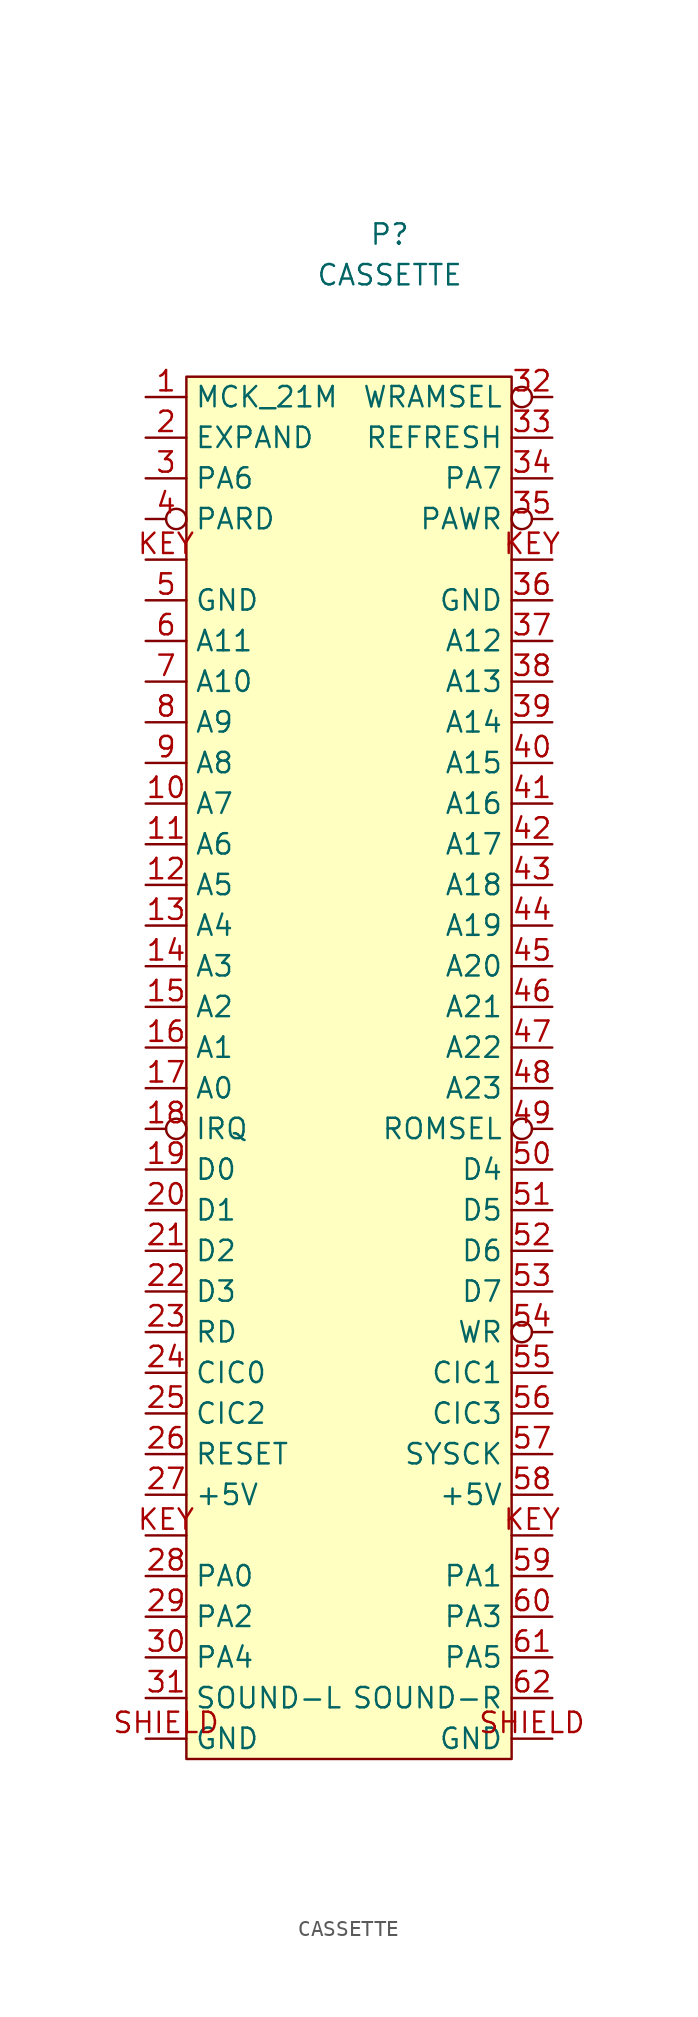
<source format=kicad_sym>
(kicad_symbol_lib
  (version 20211014)
  (generator kicad_symbol_editor)
  (symbol "CASSETTE"
    (property "Reference" "P"
      (at 0 2.54 0)
      (effects (font (size 1.27 1.27))))
    (property "Value" "CASSETTE"
      (at 0 0 0)
      (effects (font (size 1.27 1.27))))
    (symbol "CASSETTE_0_0"
      (pin unspecified line (at -15.24 -7.62 0) (length 2.54) (name "MCK_21M" (effects (font (size 1.27 1.27)))) (number "1" (effects (font (size 1.27 1.27)))))
      (pin input line (at -15.24 -33.02 0) (length 2.54) (name "A7" (effects (font (size 1.27 1.27)))) (number "10" (effects (font (size 1.27 1.27)))))
      (pin input line (at -15.24 -35.56 0) (length 2.54) (name "A6" (effects (font (size 1.27 1.27)))) (number "11" (effects (font (size 1.27 1.27)))))
      (pin input line (at -15.24 -38.1 0) (length 2.54) (name "A5" (effects (font (size 1.27 1.27)))) (number "12" (effects (font (size 1.27 1.27)))))
      (pin input line (at -15.24 -40.64 0) (length 2.54) (name "A4" (effects (font (size 1.27 1.27)))) (number "13" (effects (font (size 1.27 1.27)))))
      (pin input line (at -15.24 -43.18 0) (length 2.54) (name "A3" (effects (font (size 1.27 1.27)))) (number "14" (effects (font (size 1.27 1.27)))))
      (pin input line (at -15.24 -45.72 0) (length 2.54) (name "A2" (effects (font (size 1.27 1.27)))) (number "15" (effects (font (size 1.27 1.27)))))
      (pin input line (at -15.24 -48.26 0) (length 2.54) (name "A1" (effects (font (size 1.27 1.27)))) (number "16" (effects (font (size 1.27 1.27)))))
      (pin input line (at -15.24 -50.8 0) (length 2.54) (name "A0" (effects (font (size 1.27 1.27)))) (number "17" (effects (font (size 1.27 1.27)))))
      (pin unspecified inverted (at -15.24 -53.34 0) (length 2.54) (name "IRQ" (effects (font (size 1.27 1.27)))) (number "18" (effects (font (size 1.27 1.27)))))
      (pin bidirectional line (at -15.24 -55.88 0) (length 2.54) (name "D0" (effects (font (size 1.27 1.27)))) (number "19" (effects (font (size 1.27 1.27)))))
      (pin unspecified line (at -15.24 -10.16 0) (length 2.54) (name "EXPAND" (effects (font (size 1.27 1.27)))) (number "2" (effects (font (size 1.27 1.27)))))
      (pin bidirectional line (at -15.24 -58.42 0) (length 2.54) (name "D1" (effects (font (size 1.27 1.27)))) (number "20" (effects (font (size 1.27 1.27)))))
      (pin bidirectional line (at -15.24 -60.96 0) (length 2.54) (name "D2" (effects (font (size 1.27 1.27)))) (number "21" (effects (font (size 1.27 1.27)))))
      (pin bidirectional line (at -15.24 -63.5 0) (length 2.54) (name "D3" (effects (font (size 1.27 1.27)))) (number "22" (effects (font (size 1.27 1.27)))))
      (pin unspecified line (at -15.24 -66.04 0) (length 2.54) (name "RD" (effects (font (size 1.27 1.27)))) (number "23" (effects (font (size 1.27 1.27)))))
      (pin unspecified line (at -15.24 -68.58 0) (length 2.54) (name "CIC0" (effects (font (size 1.27 1.27)))) (number "24" (effects (font (size 1.27 1.27)))))
      (pin unspecified line (at -15.24 -71.12 0) (length 2.54) (name "CIC2" (effects (font (size 1.27 1.27)))) (number "25" (effects (font (size 1.27 1.27)))))
      (pin unspecified line (at -15.24 -73.66 0) (length 2.54) (name "RESET" (effects (font (size 1.27 1.27)))) (number "26" (effects (font (size 1.27 1.27)))))
      (pin power_in line (at -15.24 -76.2 0) (length 2.54) (name "+5V" (effects (font (size 1.27 1.27)))) (number "27" (effects (font (size 1.27 1.27)))))
      (pin unspecified line (at -15.24 -81.28 0) (length 2.54) (name "PA0" (effects (font (size 1.27 1.27)))) (number "28" (effects (font (size 1.27 1.27)))))
      (pin unspecified line (at -15.24 -83.82 0) (length 2.54) (name "PA2" (effects (font (size 1.27 1.27)))) (number "29" (effects (font (size 1.27 1.27)))))
      (pin unspecified line (at -15.24 -12.7 0) (length 2.54) (name "PA6" (effects (font (size 1.27 1.27)))) (number "3" (effects (font (size 1.27 1.27)))))
      (pin unspecified line (at -15.24 -86.36 0) (length 2.54) (name "PA4" (effects (font (size 1.27 1.27)))) (number "30" (effects (font (size 1.27 1.27)))))
      (pin output line (at -15.24 -88.9 0) (length 2.54) (name "SOUND-L" (effects (font (size 1.27 1.27)))) (number "31" (effects (font (size 1.27 1.27)))))
      (pin unspecified inverted (at 10.16 -7.62 180) (length 2.54) (name "WRAMSEL" (effects (font (size 1.27 1.27)))) (number "32" (effects (font (size 1.27 1.27)))))
      (pin unspecified line (at 10.16 -10.16 180) (length 2.54) (name "REFRESH" (effects (font (size 1.27 1.27)))) (number "33" (effects (font (size 1.27 1.27)))))
      (pin unspecified line (at 10.16 -12.7 180) (length 2.54) (name "PA7" (effects (font (size 1.27 1.27)))) (number "34" (effects (font (size 1.27 1.27)))))
      (pin unspecified inverted (at 10.16 -15.24 180) (length 2.54) (name "PAWR" (effects (font (size 1.27 1.27)))) (number "35" (effects (font (size 1.27 1.27)))))
      (pin power_in line (at 10.16 -20.32 180) (length 2.54) (name "GND" (effects (font (size 1.27 1.27)))) (number "36" (effects (font (size 1.27 1.27)))))
      (pin input line (at 10.16 -22.86 180) (length 2.54) (name "A12" (effects (font (size 1.27 1.27)))) (number "37" (effects (font (size 1.27 1.27)))))
      (pin input line (at 10.16 -25.4 180) (length 2.54) (name "A13" (effects (font (size 1.27 1.27)))) (number "38" (effects (font (size 1.27 1.27)))))
      (pin input line (at 10.16 -27.94 180) (length 2.54) (name "A14" (effects (font (size 1.27 1.27)))) (number "39" (effects (font (size 1.27 1.27)))))
      (pin unspecified inverted (at -15.24 -15.24 0) (length 2.54) (name "PARD" (effects (font (size 1.27 1.27)))) (number "4" (effects (font (size 1.27 1.27)))))
      (pin input line (at 10.16 -30.48 180) (length 2.54) (name "A15" (effects (font (size 1.27 1.27)))) (number "40" (effects (font (size 1.27 1.27)))))
      (pin input line (at 10.16 -33.02 180) (length 2.54) (name "A16" (effects (font (size 1.27 1.27)))) (number "41" (effects (font (size 1.27 1.27)))))
      (pin input line (at 10.16 -35.56 180) (length 2.54) (name "A17" (effects (font (size 1.27 1.27)))) (number "42" (effects (font (size 1.27 1.27)))))
      (pin input line (at 10.16 -38.1 180) (length 2.54) (name "A18" (effects (font (size 1.27 1.27)))) (number "43" (effects (font (size 1.27 1.27)))))
      (pin input line (at 10.16 -40.64 180) (length 2.54) (name "A19" (effects (font (size 1.27 1.27)))) (number "44" (effects (font (size 1.27 1.27)))))
      (pin input line (at 10.16 -43.18 180) (length 2.54) (name "A20" (effects (font (size 1.27 1.27)))) (number "45" (effects (font (size 1.27 1.27)))))
      (pin input line (at 10.16 -45.72 180) (length 2.54) (name "A21" (effects (font (size 1.27 1.27)))) (number "46" (effects (font (size 1.27 1.27)))))
      (pin input line (at 10.16 -48.26 180) (length 2.54) (name "A22" (effects (font (size 1.27 1.27)))) (number "47" (effects (font (size 1.27 1.27)))))
      (pin input line (at 10.16 -50.8 180) (length 2.54) (name "A23" (effects (font (size 1.27 1.27)))) (number "48" (effects (font (size 1.27 1.27)))))
      (pin unspecified inverted (at 10.16 -53.34 180) (length 2.54) (name "ROMSEL" (effects (font (size 1.27 1.27)))) (number "49" (effects (font (size 1.27 1.27)))))
      (pin power_in line (at -15.24 -20.32 0) (length 2.54) (name "GND" (effects (font (size 1.27 1.27)))) (number "5" (effects (font (size 1.27 1.27)))))
      (pin bidirectional line (at 10.16 -55.88 180) (length 2.54) (name "D4" (effects (font (size 1.27 1.27)))) (number "50" (effects (font (size 1.27 1.27)))))
      (pin bidirectional line (at 10.16 -58.42 180) (length 2.54) (name "D5" (effects (font (size 1.27 1.27)))) (number "51" (effects (font (size 1.27 1.27)))))
      (pin bidirectional line (at 10.16 -60.96 180) (length 2.54) (name "D6" (effects (font (size 1.27 1.27)))) (number "52" (effects (font (size 1.27 1.27)))))
      (pin bidirectional line (at 10.16 -63.5 180) (length 2.54) (name "D7" (effects (font (size 1.27 1.27)))) (number "53" (effects (font (size 1.27 1.27)))))
      (pin unspecified inverted (at 10.16 -66.04 180) (length 2.54) (name "WR" (effects (font (size 1.27 1.27)))) (number "54" (effects (font (size 1.27 1.27)))))
      (pin unspecified line (at 10.16 -68.58 180) (length 2.54) (name "CIC1" (effects (font (size 1.27 1.27)))) (number "55" (effects (font (size 1.27 1.27)))))
      (pin unspecified line (at 10.16 -71.12 180) (length 2.54) (name "CIC3" (effects (font (size 1.27 1.27)))) (number "56" (effects (font (size 1.27 1.27)))))
      (pin unspecified line (at 10.16 -73.66 180) (length 2.54) (name "SYSCK" (effects (font (size 1.27 1.27)))) (number "57" (effects (font (size 1.27 1.27)))))
      (pin power_in line (at 10.16 -76.2 180) (length 2.54) (name "+5V" (effects (font (size 1.27 1.27)))) (number "58" (effects (font (size 1.27 1.27)))))
      (pin unspecified line (at 10.16 -81.28 180) (length 2.54) (name "PA1" (effects (font (size 1.27 1.27)))) (number "59" (effects (font (size 1.27 1.27)))))
      (pin input line (at -15.24 -22.86 0) (length 2.54) (name "A11" (effects (font (size 1.27 1.27)))) (number "6" (effects (font (size 1.27 1.27)))))
      (pin unspecified line (at 10.16 -83.82 180) (length 2.54) (name "PA3" (effects (font (size 1.27 1.27)))) (number "60" (effects (font (size 1.27 1.27)))))
      (pin unspecified line (at 10.16 -86.36 180) (length 2.54) (name "PA5" (effects (font (size 1.27 1.27)))) (number "61" (effects (font (size 1.27 1.27)))))
      (pin output line (at 10.16 -88.9 180) (length 2.54) (name "SOUND-R" (effects (font (size 1.27 1.27)))) (number "62" (effects (font (size 1.27 1.27)))))
      (pin input line (at -15.24 -25.4 0) (length 2.54) (name "A10" (effects (font (size 1.27 1.27)))) (number "7" (effects (font (size 1.27 1.27)))))
      (pin input line (at -15.24 -27.94 0) (length 2.54) (name "A9" (effects (font (size 1.27 1.27)))) (number "8" (effects (font (size 1.27 1.27)))))
      (pin input line (at -15.24 -30.48 0) (length 2.54) (name "A8" (effects (font (size 1.27 1.27)))) (number "9" (effects (font (size 1.27 1.27)))))
      (pin unspecified line (at -15.24 -78.74 0) (length 2.54) (name "" (effects (font (size 1.27 1.27)))) (number "KEY" (effects (font (size 1.27 1.27)))))
      (pin free line (at -15.24 -17.78 0) (length 2.54) (name "" (effects (font (size 1.27 1.27)))) (number "KEY" (effects (font (size 1.27 1.27)))))
      (pin unspecified line (at 10.16 -78.74 180) (length 2.54) (name "" (effects (font (size 1.27 1.27)))) (number "KEY" (effects (font (size 1.27 1.27)))))
      (pin free line (at 10.16 -17.78 180) (length 2.54) (name "" (effects (font (size 1.27 1.27)))) (number "KEY" (effects (font (size 1.27 1.27)))))
      (pin power_in line (at -15.24 -91.44 0) (length 2.54) (name "GND" (effects (font (size 1.27 1.27)))) (number "SHIELD" (effects (font (size 1.27 1.27)))))
      (pin power_in line (at 10.16 -91.44 180) (length 2.54) (name "GND" (effects (font (size 1.27 1.27)))) (number "SHIELD" (effects (font (size 1.27 1.27))))))
    (symbol "CASSETTE_0_1"
      (rectangle (start -12.7 -6.35) (end 7.62 -92.71) (stroke (width 0) (type default) (color 0 0 0 0)) (fill (type background))))))
</source>
